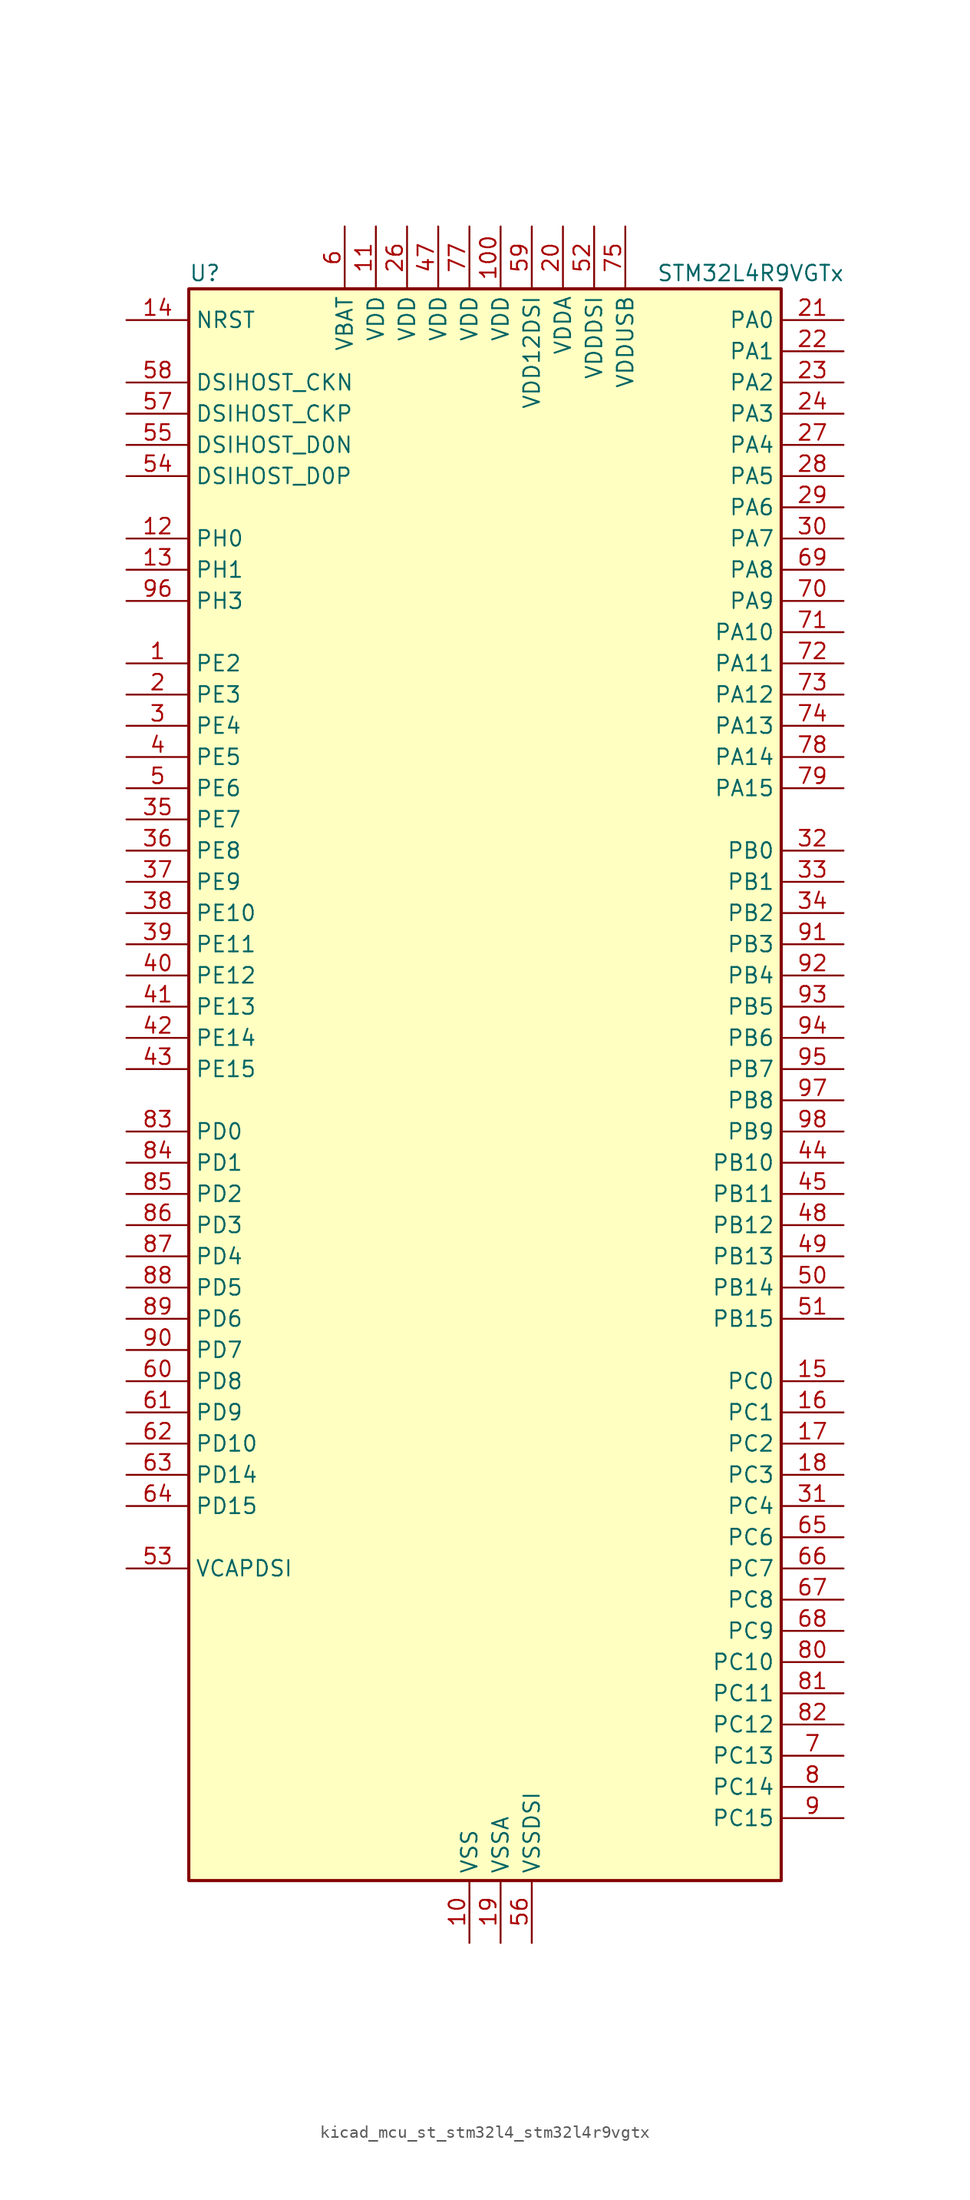
<source format=kicad_sym>
(kicad_symbol_lib
  (version 20220914)
  (generator kicad_symbol_editor)
  (symbol "kicad_mcu_st_stm32l4_stm32l4r9vgtx"
    (property "Reference" "U"
      (at -22.86 67.31 0)
      (effects (font (size 1.27 1.27)) (justify left)))
    (property "Value" "STM32L4R9VGTx"
      (at 15.24 67.31 0)
      (effects (font (size 1.27 1.27)) (justify left)))
    (property "ki_locked" ""
      (at 0 0 0)
      (effects (font (size 1.27 1.27))))
    (symbol "kicad_mcu_st_stm32l4_stm32l4r9vgtx_0_1"
      (rectangle (start -22.86 -63.5) (end 25.4 66.04) (stroke (width 0.254) (type default)) (fill (type background))))
    (symbol "kicad_mcu_st_stm32l4_stm32l4r9vgtx_1_1"
      (pin bidirectional line (at -27.94 35.56 0) (length 5.08) (name "PE2" (effects (font (size 1.27 1.27)))) (number "1" (effects (font (size 1.27 1.27)))) (alternate "FMC_A23" bidirectional line) (alternate "LTDC_R0" bidirectional line) (alternate "SAI1_CK1" bidirectional line) (alternate "SAI1_MCLK_A" bidirectional line) (alternate "SYS_TRACECLK" bidirectional line) (alternate "TIM3_ETR" bidirectional line) (alternate "TSC_G7_IO1" bidirectional line))
      (pin power_in line (at 0 -68.58 90) (length 5.08) (name "VSS" (effects (font (size 1.27 1.27)))) (number "10" (effects (font (size 1.27 1.27)))))
      (pin power_in line (at 2.54 71.12 270) (length 5.08) (name "VDD" (effects (font (size 1.27 1.27)))) (number "100" (effects (font (size 1.27 1.27)))))
      (pin power_in line (at -7.62 71.12 270) (length 5.08) (name "VDD" (effects (font (size 1.27 1.27)))) (number "11" (effects (font (size 1.27 1.27)))))
      (pin bidirectional line (at -27.94 45.72 0) (length 5.08) (name "PH0" (effects (font (size 1.27 1.27)))) (number "12" (effects (font (size 1.27 1.27)))) (alternate "RCC_OSC_IN" bidirectional line))
      (pin bidirectional line (at -27.94 43.18 0) (length 5.08) (name "PH1" (effects (font (size 1.27 1.27)))) (number "13" (effects (font (size 1.27 1.27)))) (alternate "RCC_OSC_OUT" bidirectional line))
      (pin input line (at -27.94 63.5 0) (length 5.08) (name "NRST" (effects (font (size 1.27 1.27)))) (number "14" (effects (font (size 1.27 1.27)))))
      (pin bidirectional line (at 30.48 -22.86 180) (length 5.08) (name "PC0" (effects (font (size 1.27 1.27)))) (number "15" (effects (font (size 1.27 1.27)))) (alternate "ADC1_IN1" bidirectional line) (alternate "DFSDM1_DATIN4" bidirectional line) (alternate "I2C3_SCL" bidirectional line) (alternate "LPTIM1_IN1" bidirectional line) (alternate "LPTIM2_IN1" bidirectional line) (alternate "LPUART1_RX" bidirectional line) (alternate "SAI2_FS_A" bidirectional line))
      (pin bidirectional line (at 30.48 -25.4 180) (length 5.08) (name "PC1" (effects (font (size 1.27 1.27)))) (number "16" (effects (font (size 1.27 1.27)))) (alternate "ADC1_IN2" bidirectional line) (alternate "DFSDM1_CKIN4" bidirectional line) (alternate "I2C3_SDA" bidirectional line) (alternate "LPTIM1_OUT" bidirectional line) (alternate "LPUART1_TX" bidirectional line) (alternate "OCTOSPIM_P1_IO4" bidirectional line) (alternate "SAI1_SD_A" bidirectional line) (alternate "SPI2_MOSI" bidirectional line) (alternate "SYS_TRACED0" bidirectional line))
      (pin bidirectional line (at 30.48 -27.94 180) (length 5.08) (name "PC2" (effects (font (size 1.27 1.27)))) (number "17" (effects (font (size 1.27 1.27)))) (alternate "ADC1_IN3" bidirectional line) (alternate "DFSDM1_CKOUT" bidirectional line) (alternate "LPTIM1_IN2" bidirectional line) (alternate "OCTOSPIM_P1_IO5" bidirectional line) (alternate "SPI2_MISO" bidirectional line))
      (pin bidirectional line (at 30.48 -30.48 180) (length 5.08) (name "PC3" (effects (font (size 1.27 1.27)))) (number "18" (effects (font (size 1.27 1.27)))) (alternate "ADC1_IN4" bidirectional line) (alternate "LPTIM1_ETR" bidirectional line) (alternate "LPTIM2_ETR" bidirectional line) (alternate "OCTOSPIM_P1_IO6" bidirectional line) (alternate "SAI1_D1" bidirectional line) (alternate "SAI1_SD_A" bidirectional line) (alternate "SPI2_MOSI" bidirectional line))
      (pin power_in line (at 2.54 -68.58 90) (length 5.08) (name "VSSA" (effects (font (size 1.27 1.27)))) (number "19" (effects (font (size 1.27 1.27)))))
      (pin bidirectional line (at -27.94 33.02 0) (length 5.08) (name "PE3" (effects (font (size 1.27 1.27)))) (number "2" (effects (font (size 1.27 1.27)))) (alternate "FMC_A19" bidirectional line) (alternate "LTDC_R1" bidirectional line) (alternate "OCTOSPIM_P1_DQS" bidirectional line) (alternate "SAI1_SD_B" bidirectional line) (alternate "SYS_TRACED0" bidirectional line) (alternate "TIM3_CH1" bidirectional line) (alternate "TSC_G7_IO2" bidirectional line))
      (pin power_in line (at 7.62 71.12 270) (length 5.08) (name "VDDA" (effects (font (size 1.27 1.27)))) (number "20" (effects (font (size 1.27 1.27)))))
      (pin bidirectional line (at 30.48 63.5 180) (length 5.08) (name "PA0" (effects (font (size 1.27 1.27)))) (number "21" (effects (font (size 1.27 1.27)))) (alternate "ADC1_IN5" bidirectional line) (alternate "OPAMP1_VINP" bidirectional line) (alternate "RTC_TAMP2" bidirectional line) (alternate "SAI1_EXTCLK" bidirectional line) (alternate "SYS_WKUP1" bidirectional line) (alternate "TIM2_CH1" bidirectional line) (alternate "TIM2_ETR" bidirectional line) (alternate "TIM5_CH1" bidirectional line) (alternate "TIM8_ETR" bidirectional line) (alternate "UART4_TX" bidirectional line) (alternate "USART2_CTS" bidirectional line) (alternate "USART2_NSS" bidirectional line))
      (pin bidirectional line (at 30.48 60.96 180) (length 5.08) (name "PA1" (effects (font (size 1.27 1.27)))) (number "22" (effects (font (size 1.27 1.27)))) (alternate "ADC1_IN6" bidirectional line) (alternate "I2C1_SMBA" bidirectional line) (alternate "OCTOSPIM_P1_DQS" bidirectional line) (alternate "OPAMP1_VINM" bidirectional line) (alternate "SPI1_SCK" bidirectional line) (alternate "TIM15_CH1N" bidirectional line) (alternate "TIM2_CH2" bidirectional line) (alternate "TIM5_CH2" bidirectional line) (alternate "UART4_RX" bidirectional line) (alternate "USART2_DE" bidirectional line) (alternate "USART2_RTS" bidirectional line))
      (pin bidirectional line (at 30.48 58.42 180) (length 5.08) (name "PA2" (effects (font (size 1.27 1.27)))) (number "23" (effects (font (size 1.27 1.27)))) (alternate "ADC1_IN7" bidirectional line) (alternate "LPUART1_TX" bidirectional line) (alternate "OCTOSPIM_P1_NCS" bidirectional line) (alternate "RCC_LSCO" bidirectional line) (alternate "SAI2_EXTCLK" bidirectional line) (alternate "SYS_WKUP4" bidirectional line) (alternate "TIM15_CH1" bidirectional line) (alternate "TIM2_CH3" bidirectional line) (alternate "TIM5_CH3" bidirectional line) (alternate "USART2_TX" bidirectional line))
      (pin bidirectional line (at 30.48 55.88 180) (length 5.08) (name "PA3" (effects (font (size 1.27 1.27)))) (number "24" (effects (font (size 1.27 1.27)))) (alternate "ADC1_IN8" bidirectional line) (alternate "LPUART1_RX" bidirectional line) (alternate "OCTOSPIM_P1_CLK" bidirectional line) (alternate "OPAMP1_VOUT" bidirectional line) (alternate "SAI1_CK1" bidirectional line) (alternate "SAI1_MCLK_A" bidirectional line) (alternate "TIM15_CH2" bidirectional line) (alternate "TIM2_CH4" bidirectional line) (alternate "TIM5_CH4" bidirectional line) (alternate "USART2_RX" bidirectional line))
      (pin passive line (at 0 -68.58 90) (length 5.08) hide (name "VSS" (effects (font (size 1.27 1.27)))) (number "25" (effects (font (size 1.27 1.27)))))
      (pin power_in line (at -5.08 71.12 270) (length 5.08) (name "VDD" (effects (font (size 1.27 1.27)))) (number "26" (effects (font (size 1.27 1.27)))))
      (pin bidirectional line (at 30.48 53.34 180) (length 5.08) (name "PA4" (effects (font (size 1.27 1.27)))) (number "27" (effects (font (size 1.27 1.27)))) (alternate "ADC1_IN9" bidirectional line) (alternate "DAC1_OUT1" bidirectional line) (alternate "DCMI_HSYNC" bidirectional line) (alternate "LPTIM2_OUT" bidirectional line) (alternate "OCTOSPIM_P1_NCS" bidirectional line) (alternate "SAI1_FS_B" bidirectional line) (alternate "SPI1_NSS" bidirectional line) (alternate "SPI3_NSS" bidirectional line) (alternate "USART2_CK" bidirectional line))
      (pin bidirectional line (at 30.48 50.8 180) (length 5.08) (name "PA5" (effects (font (size 1.27 1.27)))) (number "28" (effects (font (size 1.27 1.27)))) (alternate "ADC1_IN10" bidirectional line) (alternate "DAC1_OUT2" bidirectional line) (alternate "LPTIM2_ETR" bidirectional line) (alternate "SPI1_SCK" bidirectional line) (alternate "TIM2_CH1" bidirectional line) (alternate "TIM2_ETR" bidirectional line) (alternate "TIM8_CH1N" bidirectional line))
      (pin bidirectional line (at 30.48 48.26 180) (length 5.08) (name "PA6" (effects (font (size 1.27 1.27)))) (number "29" (effects (font (size 1.27 1.27)))) (alternate "ADC1_IN11" bidirectional line) (alternate "DCMI_PIXCLK" bidirectional line) (alternate "LPUART1_CTS" bidirectional line) (alternate "OCTOSPIM_P1_IO3" bidirectional line) (alternate "OPAMP2_VINP" bidirectional line) (alternate "SPI1_MISO" bidirectional line) (alternate "TIM16_CH1" bidirectional line) (alternate "TIM1_BKIN" bidirectional line) (alternate "TIM3_CH1" bidirectional line) (alternate "TIM8_BKIN" bidirectional line) (alternate "USART3_CTS" bidirectional line) (alternate "USART3_NSS" bidirectional line))
      (pin bidirectional line (at -27.94 30.48 0) (length 5.08) (name "PE4" (effects (font (size 1.27 1.27)))) (number "3" (effects (font (size 1.27 1.27)))) (alternate "DCMI_D4" bidirectional line) (alternate "DFSDM1_DATIN3" bidirectional line) (alternate "FMC_A20" bidirectional line) (alternate "LTDC_B0" bidirectional line) (alternate "SAI1_D2" bidirectional line) (alternate "SAI1_FS_A" bidirectional line) (alternate "SYS_TRACED1" bidirectional line) (alternate "TIM3_CH2" bidirectional line) (alternate "TSC_G7_IO3" bidirectional line))
      (pin bidirectional line (at 30.48 45.72 180) (length 5.08) (name "PA7" (effects (font (size 1.27 1.27)))) (number "30" (effects (font (size 1.27 1.27)))) (alternate "ADC1_IN12" bidirectional line) (alternate "I2C3_SCL" bidirectional line) (alternate "OCTOSPIM_P1_IO2" bidirectional line) (alternate "OPAMP2_VINM" bidirectional line) (alternate "SPI1_MOSI" bidirectional line) (alternate "TIM17_CH1" bidirectional line) (alternate "TIM1_CH1N" bidirectional line) (alternate "TIM3_CH2" bidirectional line) (alternate "TIM8_CH1N" bidirectional line))
      (pin bidirectional line (at 30.48 -33.02 180) (length 5.08) (name "PC4" (effects (font (size 1.27 1.27)))) (number "31" (effects (font (size 1.27 1.27)))) (alternate "ADC1_IN13" bidirectional line) (alternate "COMP1_INM" bidirectional line) (alternate "OCTOSPIM_P1_IO7" bidirectional line) (alternate "USART3_TX" bidirectional line))
      (pin bidirectional line (at 30.48 20.32 180) (length 5.08) (name "PB0" (effects (font (size 1.27 1.27)))) (number "32" (effects (font (size 1.27 1.27)))) (alternate "ADC1_IN15" bidirectional line) (alternate "COMP1_OUT" bidirectional line) (alternate "OCTOSPIM_P1_IO1" bidirectional line) (alternate "OPAMP2_VOUT" bidirectional line) (alternate "SAI1_EXTCLK" bidirectional line) (alternate "SPI1_NSS" bidirectional line) (alternate "TIM1_CH2N" bidirectional line) (alternate "TIM3_CH3" bidirectional line) (alternate "TIM8_CH2N" bidirectional line) (alternate "USART3_CK" bidirectional line))
      (pin bidirectional line (at 30.48 17.78 180) (length 5.08) (name "PB1" (effects (font (size 1.27 1.27)))) (number "33" (effects (font (size 1.27 1.27)))) (alternate "ADC1_IN16" bidirectional line) (alternate "COMP1_INM" bidirectional line) (alternate "DFSDM1_DATIN0" bidirectional line) (alternate "LPTIM2_IN1" bidirectional line) (alternate "LPUART1_DE" bidirectional line) (alternate "LPUART1_RTS" bidirectional line) (alternate "OCTOSPIM_P1_IO0" bidirectional line) (alternate "TIM1_CH3N" bidirectional line) (alternate "TIM3_CH4" bidirectional line) (alternate "TIM8_CH3N" bidirectional line) (alternate "USART3_DE" bidirectional line) (alternate "USART3_RTS" bidirectional line))
      (pin bidirectional line (at 30.48 15.24 180) (length 5.08) (name "PB2" (effects (font (size 1.27 1.27)))) (number "34" (effects (font (size 1.27 1.27)))) (alternate "COMP1_INP" bidirectional line) (alternate "DFSDM1_CKIN0" bidirectional line) (alternate "I2C3_SMBA" bidirectional line) (alternate "LPTIM1_OUT" bidirectional line) (alternate "LTDC_B1" bidirectional line) (alternate "OCTOSPIM_P1_DQS" bidirectional line) (alternate "RTC_OUT_ALARM" bidirectional line) (alternate "RTC_OUT_CALIB" bidirectional line))
      (pin bidirectional line (at -27.94 22.86 0) (length 5.08) (name "PE7" (effects (font (size 1.27 1.27)))) (number "35" (effects (font (size 1.27 1.27)))) (alternate "DFSDM1_DATIN2" bidirectional line) (alternate "FMC_D4" bidirectional line) (alternate "FMC_DA4" bidirectional line) (alternate "LTDC_B6" bidirectional line) (alternate "SAI1_SD_B" bidirectional line) (alternate "TIM1_ETR" bidirectional line))
      (pin bidirectional line (at -27.94 20.32 0) (length 5.08) (name "PE8" (effects (font (size 1.27 1.27)))) (number "36" (effects (font (size 1.27 1.27)))) (alternate "DFSDM1_CKIN2" bidirectional line) (alternate "FMC_D5" bidirectional line) (alternate "FMC_DA5" bidirectional line) (alternate "LTDC_B7" bidirectional line) (alternate "SAI1_SCK_B" bidirectional line) (alternate "TIM1_CH1N" bidirectional line))
      (pin bidirectional line (at -27.94 17.78 0) (length 5.08) (name "PE9" (effects (font (size 1.27 1.27)))) (number "37" (effects (font (size 1.27 1.27)))) (alternate "DAC1_EXTI9" bidirectional line) (alternate "DFSDM1_CKOUT" bidirectional line) (alternate "FMC_D6" bidirectional line) (alternate "FMC_DA6" bidirectional line) (alternate "LTDC_G2" bidirectional line) (alternate "SAI1_FS_B" bidirectional line) (alternate "TIM1_CH1" bidirectional line))
      (pin bidirectional line (at -27.94 15.24 0) (length 5.08) (name "PE10" (effects (font (size 1.27 1.27)))) (number "38" (effects (font (size 1.27 1.27)))) (alternate "DFSDM1_DATIN4" bidirectional line) (alternate "FMC_D7" bidirectional line) (alternate "FMC_DA7" bidirectional line) (alternate "LTDC_G3" bidirectional line) (alternate "OCTOSPIM_P1_CLK" bidirectional line) (alternate "SAI1_MCLK_B" bidirectional line) (alternate "TIM1_CH2N" bidirectional line) (alternate "TSC_G5_IO1" bidirectional line))
      (pin bidirectional line (at -27.94 12.7 0) (length 5.08) (name "PE11" (effects (font (size 1.27 1.27)))) (number "39" (effects (font (size 1.27 1.27)))) (alternate "ADC1_EXTI11" bidirectional line) (alternate "DFSDM1_CKIN4" bidirectional line) (alternate "FMC_D8" bidirectional line) (alternate "FMC_DA8" bidirectional line) (alternate "LTDC_G4" bidirectional line) (alternate "OCTOSPIM_P1_NCS" bidirectional line) (alternate "TIM1_CH2" bidirectional line) (alternate "TSC_G5_IO2" bidirectional line))
      (pin bidirectional line (at -27.94 27.94 0) (length 5.08) (name "PE5" (effects (font (size 1.27 1.27)))) (number "4" (effects (font (size 1.27 1.27)))) (alternate "DCMI_D6" bidirectional line) (alternate "DFSDM1_CKIN3" bidirectional line) (alternate "FMC_A21" bidirectional line) (alternate "LTDC_G0" bidirectional line) (alternate "SAI1_CK2" bidirectional line) (alternate "SAI1_SCK_A" bidirectional line) (alternate "SYS_TRACED2" bidirectional line) (alternate "TIM3_CH3" bidirectional line) (alternate "TSC_G7_IO4" bidirectional line))
      (pin bidirectional line (at -27.94 10.16 0) (length 5.08) (name "PE12" (effects (font (size 1.27 1.27)))) (number "40" (effects (font (size 1.27 1.27)))) (alternate "DFSDM1_DATIN5" bidirectional line) (alternate "FMC_D9" bidirectional line) (alternate "FMC_DA9" bidirectional line) (alternate "LTDC_G5" bidirectional line) (alternate "OCTOSPIM_P1_IO0" bidirectional line) (alternate "SPI1_NSS" bidirectional line) (alternate "TIM1_CH3N" bidirectional line) (alternate "TSC_G5_IO3" bidirectional line))
      (pin bidirectional line (at -27.94 7.62 0) (length 5.08) (name "PE13" (effects (font (size 1.27 1.27)))) (number "41" (effects (font (size 1.27 1.27)))) (alternate "DFSDM1_CKIN5" bidirectional line) (alternate "FMC_D10" bidirectional line) (alternate "FMC_DA10" bidirectional line) (alternate "LTDC_G6" bidirectional line) (alternate "OCTOSPIM_P1_IO1" bidirectional line) (alternate "SPI1_SCK" bidirectional line) (alternate "TIM1_CH3" bidirectional line) (alternate "TSC_G5_IO4" bidirectional line))
      (pin bidirectional line (at -27.94 5.08 0) (length 5.08) (name "PE14" (effects (font (size 1.27 1.27)))) (number "42" (effects (font (size 1.27 1.27)))) (alternate "FMC_D11" bidirectional line) (alternate "FMC_DA11" bidirectional line) (alternate "LTDC_G7" bidirectional line) (alternate "OCTOSPIM_P1_IO2" bidirectional line) (alternate "SPI1_MISO" bidirectional line) (alternate "TIM1_BKIN2" bidirectional line) (alternate "TIM1_CH4" bidirectional line))
      (pin bidirectional line (at -27.94 2.54 0) (length 5.08) (name "PE15" (effects (font (size 1.27 1.27)))) (number "43" (effects (font (size 1.27 1.27)))) (alternate "ADC1_EXTI15" bidirectional line) (alternate "FMC_D12" bidirectional line) (alternate "FMC_DA12" bidirectional line) (alternate "LTDC_R2" bidirectional line) (alternate "OCTOSPIM_P1_IO3" bidirectional line) (alternate "SPI1_MOSI" bidirectional line) (alternate "TIM1_BKIN" bidirectional line))
      (pin bidirectional line (at 30.48 -5.08 180) (length 5.08) (name "PB10" (effects (font (size 1.27 1.27)))) (number "44" (effects (font (size 1.27 1.27)))) (alternate "COMP1_OUT" bidirectional line) (alternate "DFSDM1_DATIN7" bidirectional line) (alternate "I2C2_SCL" bidirectional line) (alternate "I2C4_SCL" bidirectional line) (alternate "LPUART1_RX" bidirectional line) (alternate "OCTOSPIM_P1_CLK" bidirectional line) (alternate "SAI1_SCK_A" bidirectional line) (alternate "SPI2_SCK" bidirectional line) (alternate "TIM2_CH3" bidirectional line) (alternate "TSC_SYNC" bidirectional line) (alternate "USART3_TX" bidirectional line))
      (pin bidirectional line (at 30.48 -7.62 180) (length 5.08) (name "PB11" (effects (font (size 1.27 1.27)))) (number "45" (effects (font (size 1.27 1.27)))) (alternate "ADC1_EXTI11" bidirectional line) (alternate "COMP2_OUT" bidirectional line) (alternate "DFSDM1_CKIN7" bidirectional line) (alternate "DSIHOST_TE" bidirectional line) (alternate "I2C2_SDA" bidirectional line) (alternate "I2C4_SDA" bidirectional line) (alternate "LPUART1_TX" bidirectional line) (alternate "OCTOSPIM_P1_NCS" bidirectional line) (alternate "TIM2_CH4" bidirectional line) (alternate "USART3_RX" bidirectional line))
      (pin passive line (at 0 -68.58 90) (length 5.08) hide (name "VSS" (effects (font (size 1.27 1.27)))) (number "46" (effects (font (size 1.27 1.27)))))
      (pin power_in line (at -2.54 71.12 270) (length 5.08) (name "VDD" (effects (font (size 1.27 1.27)))) (number "47" (effects (font (size 1.27 1.27)))))
      (pin bidirectional line (at 30.48 -10.16 180) (length 5.08) (name "PB12" (effects (font (size 1.27 1.27)))) (number "48" (effects (font (size 1.27 1.27)))) (alternate "DFSDM1_DATIN1" bidirectional line) (alternate "I2C2_SMBA" bidirectional line) (alternate "LPUART1_DE" bidirectional line) (alternate "LPUART1_RTS" bidirectional line) (alternate "SAI2_FS_A" bidirectional line) (alternate "SPI2_NSS" bidirectional line) (alternate "TIM15_BKIN" bidirectional line) (alternate "TIM1_BKIN" bidirectional line) (alternate "TSC_G1_IO1" bidirectional line) (alternate "USART3_CK" bidirectional line))
      (pin bidirectional line (at 30.48 -12.7 180) (length 5.08) (name "PB13" (effects (font (size 1.27 1.27)))) (number "49" (effects (font (size 1.27 1.27)))) (alternate "DFSDM1_CKIN1" bidirectional line) (alternate "I2C2_SCL" bidirectional line) (alternate "LPUART1_CTS" bidirectional line) (alternate "SAI2_SCK_A" bidirectional line) (alternate "SPI2_SCK" bidirectional line) (alternate "TIM15_CH1N" bidirectional line) (alternate "TIM1_CH1N" bidirectional line) (alternate "TSC_G1_IO2" bidirectional line) (alternate "USART3_CTS" bidirectional line) (alternate "USART3_NSS" bidirectional line))
      (pin bidirectional line (at -27.94 25.4 0) (length 5.08) (name "PE6" (effects (font (size 1.27 1.27)))) (number "5" (effects (font (size 1.27 1.27)))) (alternate "DCMI_D7" bidirectional line) (alternate "FMC_A22" bidirectional line) (alternate "LTDC_G1" bidirectional line) (alternate "RTC_TAMP3" bidirectional line) (alternate "SAI1_D1" bidirectional line) (alternate "SAI1_SD_A" bidirectional line) (alternate "SYS_TRACED3" bidirectional line) (alternate "SYS_WKUP3" bidirectional line) (alternate "TIM3_CH4" bidirectional line))
      (pin bidirectional line (at 30.48 -15.24 180) (length 5.08) (name "PB14" (effects (font (size 1.27 1.27)))) (number "50" (effects (font (size 1.27 1.27)))) (alternate "DFSDM1_DATIN2" bidirectional line) (alternate "I2C2_SDA" bidirectional line) (alternate "SAI2_MCLK_A" bidirectional line) (alternate "SPI2_MISO" bidirectional line) (alternate "TIM15_CH1" bidirectional line) (alternate "TIM1_CH2N" bidirectional line) (alternate "TIM8_CH2N" bidirectional line) (alternate "TSC_G1_IO3" bidirectional line) (alternate "USART3_DE" bidirectional line) (alternate "USART3_RTS" bidirectional line))
      (pin bidirectional line (at 30.48 -17.78 180) (length 5.08) (name "PB15" (effects (font (size 1.27 1.27)))) (number "51" (effects (font (size 1.27 1.27)))) (alternate "ADC1_EXTI15" bidirectional line) (alternate "DFSDM1_CKIN2" bidirectional line) (alternate "RTC_REFIN" bidirectional line) (alternate "SAI2_SD_A" bidirectional line) (alternate "SPI2_MOSI" bidirectional line) (alternate "TIM15_CH2" bidirectional line) (alternate "TIM1_CH3N" bidirectional line) (alternate "TIM8_CH3N" bidirectional line) (alternate "TSC_G1_IO4" bidirectional line))
      (pin power_in line (at 10.16 71.12 270) (length 5.08) (name "VDDDSI" (effects (font (size 1.27 1.27)))) (number "52" (effects (font (size 1.27 1.27)))))
      (pin power_out line (at -27.94 -38.1 0) (length 5.08) (name "VCAPDSI" (effects (font (size 1.27 1.27)))) (number "53" (effects (font (size 1.27 1.27)))))
      (pin bidirectional line (at -27.94 50.8 0) (length 5.08) (name "DSIHOST_D0P" (effects (font (size 1.27 1.27)))) (number "54" (effects (font (size 1.27 1.27)))) (alternate "DSIHOST_D0P" bidirectional line))
      (pin bidirectional line (at -27.94 53.34 0) (length 5.08) (name "DSIHOST_D0N" (effects (font (size 1.27 1.27)))) (number "55" (effects (font (size 1.27 1.27)))) (alternate "DSIHOST_D0N" bidirectional line))
      (pin power_in line (at 5.08 -68.58 90) (length 5.08) (name "VSSDSI" (effects (font (size 1.27 1.27)))) (number "56" (effects (font (size 1.27 1.27)))))
      (pin bidirectional line (at -27.94 55.88 0) (length 5.08) (name "DSIHOST_CKP" (effects (font (size 1.27 1.27)))) (number "57" (effects (font (size 1.27 1.27)))) (alternate "DSIHOST_CKP" bidirectional line))
      (pin bidirectional line (at -27.94 58.42 0) (length 5.08) (name "DSIHOST_CKN" (effects (font (size 1.27 1.27)))) (number "58" (effects (font (size 1.27 1.27)))) (alternate "DSIHOST_CKN" bidirectional line))
      (pin power_in line (at 5.08 71.12 270) (length 5.08) (name "VDD12DSI" (effects (font (size 1.27 1.27)))) (number "59" (effects (font (size 1.27 1.27)))))
      (pin power_in line (at -10.16 71.12 270) (length 5.08) (name "VBAT" (effects (font (size 1.27 1.27)))) (number "6" (effects (font (size 1.27 1.27)))))
      (pin bidirectional line (at -27.94 -22.86 0) (length 5.08) (name "PD8" (effects (font (size 1.27 1.27)))) (number "60" (effects (font (size 1.27 1.27)))) (alternate "DCMI_HSYNC" bidirectional line) (alternate "FMC_D13" bidirectional line) (alternate "FMC_DA13" bidirectional line) (alternate "LTDC_R3" bidirectional line) (alternate "USART3_TX" bidirectional line))
      (pin bidirectional line (at -27.94 -25.4 0) (length 5.08) (name "PD9" (effects (font (size 1.27 1.27)))) (number "61" (effects (font (size 1.27 1.27)))) (alternate "DAC1_EXTI9" bidirectional line) (alternate "DCMI_PIXCLK" bidirectional line) (alternate "FMC_D14" bidirectional line) (alternate "FMC_DA14" bidirectional line) (alternate "LTDC_R4" bidirectional line) (alternate "SAI2_MCLK_A" bidirectional line) (alternate "USART3_RX" bidirectional line))
      (pin bidirectional line (at -27.94 -27.94 0) (length 5.08) (name "PD10" (effects (font (size 1.27 1.27)))) (number "62" (effects (font (size 1.27 1.27)))) (alternate "FMC_D15" bidirectional line) (alternate "FMC_DA15" bidirectional line) (alternate "LTDC_R5" bidirectional line) (alternate "SAI2_SCK_A" bidirectional line) (alternate "TSC_G6_IO1" bidirectional line) (alternate "USART3_CK" bidirectional line))
      (pin bidirectional line (at -27.94 -30.48 0) (length 5.08) (name "PD14" (effects (font (size 1.27 1.27)))) (number "63" (effects (font (size 1.27 1.27)))) (alternate "FMC_D0" bidirectional line) (alternate "FMC_DA0" bidirectional line) (alternate "LTDC_B2" bidirectional line) (alternate "TIM4_CH3" bidirectional line))
      (pin bidirectional line (at -27.94 -33.02 0) (length 5.08) (name "PD15" (effects (font (size 1.27 1.27)))) (number "64" (effects (font (size 1.27 1.27)))) (alternate "ADC1_EXTI15" bidirectional line) (alternate "FMC_D1" bidirectional line) (alternate "FMC_DA1" bidirectional line) (alternate "LTDC_B3" bidirectional line) (alternate "TIM4_CH4" bidirectional line))
      (pin bidirectional line (at 30.48 -35.56 180) (length 5.08) (name "PC6" (effects (font (size 1.27 1.27)))) (number "65" (effects (font (size 1.27 1.27)))) (alternate "DCMI_D0" bidirectional line) (alternate "DFSDM1_CKIN3" bidirectional line) (alternate "LTDC_R0" bidirectional line) (alternate "SAI2_MCLK_A" bidirectional line) (alternate "SDMMC1_D0DIR" bidirectional line) (alternate "SDMMC1_D6" bidirectional line) (alternate "TIM3_CH1" bidirectional line) (alternate "TIM8_CH1" bidirectional line) (alternate "TSC_G4_IO1" bidirectional line))
      (pin bidirectional line (at 30.48 -38.1 180) (length 5.08) (name "PC7" (effects (font (size 1.27 1.27)))) (number "66" (effects (font (size 1.27 1.27)))) (alternate "DCMI_D1" bidirectional line) (alternate "DFSDM1_DATIN3" bidirectional line) (alternate "LTDC_R1" bidirectional line) (alternate "SAI2_MCLK_B" bidirectional line) (alternate "SDMMC1_D123DIR" bidirectional line) (alternate "SDMMC1_D7" bidirectional line) (alternate "TIM3_CH2" bidirectional line) (alternate "TIM8_CH2" bidirectional line) (alternate "TSC_G4_IO2" bidirectional line))
      (pin bidirectional line (at 30.48 -40.64 180) (length 5.08) (name "PC8" (effects (font (size 1.27 1.27)))) (number "67" (effects (font (size 1.27 1.27)))) (alternate "DCMI_D2" bidirectional line) (alternate "SDMMC1_D0" bidirectional line) (alternate "TIM3_CH3" bidirectional line) (alternate "TIM8_CH3" bidirectional line) (alternate "TSC_G4_IO3" bidirectional line))
      (pin bidirectional line (at 30.48 -43.18 180) (length 5.08) (name "PC9" (effects (font (size 1.27 1.27)))) (number "68" (effects (font (size 1.27 1.27)))) (alternate "DAC1_EXTI9" bidirectional line) (alternate "DCMI_D3" bidirectional line) (alternate "I2C3_SDA" bidirectional line) (alternate "SAI2_EXTCLK" bidirectional line) (alternate "SDMMC1_D1" bidirectional line) (alternate "SYS_TRACED0" bidirectional line) (alternate "TIM3_CH4" bidirectional line) (alternate "TIM8_BKIN2" bidirectional line) (alternate "TIM8_CH4" bidirectional line) (alternate "TSC_G4_IO4" bidirectional line) (alternate "USB_OTG_FS_NOE" bidirectional line))
      (pin bidirectional line (at 30.48 43.18 180) (length 5.08) (name "PA8" (effects (font (size 1.27 1.27)))) (number "69" (effects (font (size 1.27 1.27)))) (alternate "LPTIM2_OUT" bidirectional line) (alternate "RCC_MCO" bidirectional line) (alternate "SAI1_CK2" bidirectional line) (alternate "SAI1_SCK_A" bidirectional line) (alternate "TIM1_CH1" bidirectional line) (alternate "USART1_CK" bidirectional line) (alternate "USB_OTG_FS_SOF" bidirectional line))
      (pin bidirectional line (at 30.48 -53.34 180) (length 5.08) (name "PC13" (effects (font (size 1.27 1.27)))) (number "7" (effects (font (size 1.27 1.27)))) (alternate "RTC_OUT_ALARM" bidirectional line) (alternate "RTC_OUT_CALIB" bidirectional line) (alternate "RTC_TAMP1" bidirectional line) (alternate "RTC_TS" bidirectional line) (alternate "SYS_WKUP2" bidirectional line))
      (pin bidirectional line (at 30.48 40.64 180) (length 5.08) (name "PA9" (effects (font (size 1.27 1.27)))) (number "70" (effects (font (size 1.27 1.27)))) (alternate "DAC1_EXTI9" bidirectional line) (alternate "DCMI_D0" bidirectional line) (alternate "SAI1_FS_A" bidirectional line) (alternate "SPI2_SCK" bidirectional line) (alternate "TIM15_BKIN" bidirectional line) (alternate "TIM1_CH2" bidirectional line) (alternate "USART1_TX" bidirectional line) (alternate "USB_OTG_FS_VBUS" bidirectional line))
      (pin bidirectional line (at 30.48 38.1 180) (length 5.08) (name "PA10" (effects (font (size 1.27 1.27)))) (number "71" (effects (font (size 1.27 1.27)))) (alternate "DCMI_D1" bidirectional line) (alternate "SAI1_D1" bidirectional line) (alternate "SAI1_SD_A" bidirectional line) (alternate "TIM17_BKIN" bidirectional line) (alternate "TIM1_CH3" bidirectional line) (alternate "USART1_RX" bidirectional line) (alternate "USB_OTG_FS_ID" bidirectional line))
      (pin bidirectional line (at 30.48 35.56 180) (length 5.08) (name "PA11" (effects (font (size 1.27 1.27)))) (number "72" (effects (font (size 1.27 1.27)))) (alternate "ADC1_EXTI11" bidirectional line) (alternate "CAN1_RX" bidirectional line) (alternate "SPI1_MISO" bidirectional line) (alternate "TIM1_BKIN2" bidirectional line) (alternate "TIM1_CH4" bidirectional line) (alternate "USART1_CTS" bidirectional line) (alternate "USART1_NSS" bidirectional line) (alternate "USB_OTG_FS_DM" bidirectional line))
      (pin bidirectional line (at 30.48 33.02 180) (length 5.08) (name "PA12" (effects (font (size 1.27 1.27)))) (number "73" (effects (font (size 1.27 1.27)))) (alternate "CAN1_TX" bidirectional line) (alternate "SPI1_MOSI" bidirectional line) (alternate "TIM1_ETR" bidirectional line) (alternate "USART1_DE" bidirectional line) (alternate "USART1_RTS" bidirectional line) (alternate "USB_OTG_FS_DP" bidirectional line))
      (pin bidirectional line (at 30.48 30.48 180) (length 5.08) (name "PA13" (effects (font (size 1.27 1.27)))) (number "74" (effects (font (size 1.27 1.27)))) (alternate "IR_OUT" bidirectional line) (alternate "SAI1_SD_B" bidirectional line) (alternate "SYS_JTMS-SWDIO" bidirectional line) (alternate "USB_OTG_FS_NOE" bidirectional line))
      (pin power_in line (at 12.7 71.12 270) (length 5.08) (name "VDDUSB" (effects (font (size 1.27 1.27)))) (number "75" (effects (font (size 1.27 1.27)))))
      (pin passive line (at 0 -68.58 90) (length 5.08) hide (name "VSS" (effects (font (size 1.27 1.27)))) (number "76" (effects (font (size 1.27 1.27)))))
      (pin power_in line (at 0 71.12 270) (length 5.08) (name "VDD" (effects (font (size 1.27 1.27)))) (number "77" (effects (font (size 1.27 1.27)))))
      (pin bidirectional line (at 30.48 27.94 180) (length 5.08) (name "PA14" (effects (font (size 1.27 1.27)))) (number "78" (effects (font (size 1.27 1.27)))) (alternate "I2C1_SMBA" bidirectional line) (alternate "I2C4_SMBA" bidirectional line) (alternate "LPTIM1_OUT" bidirectional line) (alternate "SAI1_FS_B" bidirectional line) (alternate "SYS_JTCK-SWCLK" bidirectional line) (alternate "USB_OTG_FS_SOF" bidirectional line))
      (pin bidirectional line (at 30.48 25.4 180) (length 5.08) (name "PA15" (effects (font (size 1.27 1.27)))) (number "79" (effects (font (size 1.27 1.27)))) (alternate "ADC1_EXTI15" bidirectional line) (alternate "SAI2_FS_B" bidirectional line) (alternate "SPI1_NSS" bidirectional line) (alternate "SPI3_NSS" bidirectional line) (alternate "SYS_JTDI" bidirectional line) (alternate "TIM2_CH1" bidirectional line) (alternate "TIM2_ETR" bidirectional line) (alternate "TSC_G3_IO1" bidirectional line) (alternate "UART4_DE" bidirectional line) (alternate "UART4_RTS" bidirectional line) (alternate "USART2_RX" bidirectional line) (alternate "USART3_DE" bidirectional line) (alternate "USART3_RTS" bidirectional line))
      (pin bidirectional line (at 30.48 -55.88 180) (length 5.08) (name "PC14" (effects (font (size 1.27 1.27)))) (number "8" (effects (font (size 1.27 1.27)))) (alternate "RCC_OSC32_IN" bidirectional line))
      (pin bidirectional line (at 30.48 -45.72 180) (length 5.08) (name "PC10" (effects (font (size 1.27 1.27)))) (number "80" (effects (font (size 1.27 1.27)))) (alternate "DCMI_D8" bidirectional line) (alternate "SAI2_SCK_B" bidirectional line) (alternate "SDMMC1_D2" bidirectional line) (alternate "SPI3_SCK" bidirectional line) (alternate "SYS_TRACED1" bidirectional line) (alternate "TSC_G3_IO2" bidirectional line) (alternate "UART4_TX" bidirectional line) (alternate "USART3_TX" bidirectional line))
      (pin bidirectional line (at 30.48 -48.26 180) (length 5.08) (name "PC11" (effects (font (size 1.27 1.27)))) (number "81" (effects (font (size 1.27 1.27)))) (alternate "ADC1_EXTI11" bidirectional line) (alternate "DCMI_D2" bidirectional line) (alternate "DCMI_D4" bidirectional line) (alternate "OCTOSPIM_P1_NCS" bidirectional line) (alternate "SAI2_MCLK_B" bidirectional line) (alternate "SDMMC1_D3" bidirectional line) (alternate "SPI3_MISO" bidirectional line) (alternate "TSC_G3_IO3" bidirectional line) (alternate "UART4_RX" bidirectional line) (alternate "USART3_RX" bidirectional line))
      (pin bidirectional line (at 30.48 -50.8 180) (length 5.08) (name "PC12" (effects (font (size 1.27 1.27)))) (number "82" (effects (font (size 1.27 1.27)))) (alternate "DCMI_D9" bidirectional line) (alternate "SAI2_SD_B" bidirectional line) (alternate "SDMMC1_CK" bidirectional line) (alternate "SPI3_MOSI" bidirectional line) (alternate "SYS_TRACED3" bidirectional line) (alternate "TSC_G3_IO4" bidirectional line) (alternate "UART5_TX" bidirectional line) (alternate "USART3_CK" bidirectional line))
      (pin bidirectional line (at -27.94 -2.54 0) (length 5.08) (name "PD0" (effects (font (size 1.27 1.27)))) (number "83" (effects (font (size 1.27 1.27)))) (alternate "CAN1_RX" bidirectional line) (alternate "DFSDM1_DATIN7" bidirectional line) (alternate "FMC_D2" bidirectional line) (alternate "FMC_DA2" bidirectional line) (alternate "LTDC_B4" bidirectional line) (alternate "SPI2_NSS" bidirectional line))
      (pin bidirectional line (at -27.94 -5.08 0) (length 5.08) (name "PD1" (effects (font (size 1.27 1.27)))) (number "84" (effects (font (size 1.27 1.27)))) (alternate "CAN1_TX" bidirectional line) (alternate "DFSDM1_CKIN7" bidirectional line) (alternate "FMC_D3" bidirectional line) (alternate "FMC_DA3" bidirectional line) (alternate "LTDC_B5" bidirectional line) (alternate "SPI2_SCK" bidirectional line))
      (pin bidirectional line (at -27.94 -7.62 0) (length 5.08) (name "PD2" (effects (font (size 1.27 1.27)))) (number "85" (effects (font (size 1.27 1.27)))) (alternate "DCMI_D11" bidirectional line) (alternate "SDMMC1_CMD" bidirectional line) (alternate "SYS_TRACED2" bidirectional line) (alternate "TIM3_ETR" bidirectional line) (alternate "TSC_SYNC" bidirectional line) (alternate "UART5_RX" bidirectional line) (alternate "USART3_DE" bidirectional line) (alternate "USART3_RTS" bidirectional line))
      (pin bidirectional line (at -27.94 -10.16 0) (length 5.08) (name "PD3" (effects (font (size 1.27 1.27)))) (number "86" (effects (font (size 1.27 1.27)))) (alternate "DCMI_D5" bidirectional line) (alternate "DFSDM1_DATIN0" bidirectional line) (alternate "FMC_CLK" bidirectional line) (alternate "LTDC_CLK" bidirectional line) (alternate "OCTOSPIM_P2_NCS" bidirectional line) (alternate "SPI2_MISO" bidirectional line) (alternate "SPI2_SCK" bidirectional line) (alternate "USART2_CTS" bidirectional line) (alternate "USART2_NSS" bidirectional line))
      (pin bidirectional line (at -27.94 -12.7 0) (length 5.08) (name "PD4" (effects (font (size 1.27 1.27)))) (number "87" (effects (font (size 1.27 1.27)))) (alternate "DFSDM1_CKIN0" bidirectional line) (alternate "FMC_NOE" bidirectional line) (alternate "OCTOSPIM_P1_IO4" bidirectional line) (alternate "SPI2_MOSI" bidirectional line) (alternate "USART2_DE" bidirectional line) (alternate "USART2_RTS" bidirectional line))
      (pin bidirectional line (at -27.94 -15.24 0) (length 5.08) (name "PD5" (effects (font (size 1.27 1.27)))) (number "88" (effects (font (size 1.27 1.27)))) (alternate "FMC_NWE" bidirectional line) (alternate "OCTOSPIM_P1_IO5" bidirectional line) (alternate "USART2_TX" bidirectional line))
      (pin bidirectional line (at -27.94 -17.78 0) (length 5.08) (name "PD6" (effects (font (size 1.27 1.27)))) (number "89" (effects (font (size 1.27 1.27)))) (alternate "DCMI_D10" bidirectional line) (alternate "DFSDM1_DATIN1" bidirectional line) (alternate "FMC_NWAIT" bidirectional line) (alternate "LTDC_DE" bidirectional line) (alternate "OCTOSPIM_P1_IO6" bidirectional line) (alternate "SAI1_D1" bidirectional line) (alternate "SAI1_SD_A" bidirectional line) (alternate "SPI3_MOSI" bidirectional line) (alternate "USART2_RX" bidirectional line))
      (pin bidirectional line (at 30.48 -58.42 180) (length 5.08) (name "PC15" (effects (font (size 1.27 1.27)))) (number "9" (effects (font (size 1.27 1.27)))) (alternate "ADC1_EXTI15" bidirectional line) (alternate "RCC_OSC32_OUT" bidirectional line))
      (pin bidirectional line (at -27.94 -20.32 0) (length 5.08) (name "PD7" (effects (font (size 1.27 1.27)))) (number "90" (effects (font (size 1.27 1.27)))) (alternate "DFSDM1_CKIN1" bidirectional line) (alternate "FMC_NE1" bidirectional line) (alternate "OCTOSPIM_P1_IO7" bidirectional line) (alternate "USART2_CK" bidirectional line))
      (pin bidirectional line (at 30.48 12.7 180) (length 5.08) (name "PB3" (effects (font (size 1.27 1.27)))) (number "91" (effects (font (size 1.27 1.27)))) (alternate "COMP2_INM" bidirectional line) (alternate "CRS_SYNC" bidirectional line) (alternate "SAI1_SCK_B" bidirectional line) (alternate "SPI1_SCK" bidirectional line) (alternate "SPI3_SCK" bidirectional line) (alternate "SYS_JTDO-SWO" bidirectional line) (alternate "TIM2_CH2" bidirectional line) (alternate "USART1_DE" bidirectional line) (alternate "USART1_RTS" bidirectional line))
      (pin bidirectional line (at 30.48 10.16 180) (length 5.08) (name "PB4" (effects (font (size 1.27 1.27)))) (number "92" (effects (font (size 1.27 1.27)))) (alternate "COMP2_INP" bidirectional line) (alternate "DCMI_D12" bidirectional line) (alternate "I2C3_SDA" bidirectional line) (alternate "SAI1_MCLK_B" bidirectional line) (alternate "SPI1_MISO" bidirectional line) (alternate "SPI3_MISO" bidirectional line) (alternate "SYS_JTRST" bidirectional line) (alternate "TIM17_BKIN" bidirectional line) (alternate "TIM3_CH1" bidirectional line) (alternate "TSC_G2_IO1" bidirectional line) (alternate "UART5_DE" bidirectional line) (alternate "UART5_RTS" bidirectional line) (alternate "USART1_CTS" bidirectional line) (alternate "USART1_NSS" bidirectional line))
      (pin bidirectional line (at 30.48 7.62 180) (length 5.08) (name "PB5" (effects (font (size 1.27 1.27)))) (number "93" (effects (font (size 1.27 1.27)))) (alternate "COMP2_OUT" bidirectional line) (alternate "DCMI_D10" bidirectional line) (alternate "I2C1_SMBA" bidirectional line) (alternate "LPTIM1_IN1" bidirectional line) (alternate "SAI1_SD_B" bidirectional line) (alternate "SPI1_MOSI" bidirectional line) (alternate "SPI3_MOSI" bidirectional line) (alternate "TIM16_BKIN" bidirectional line) (alternate "TIM3_CH2" bidirectional line) (alternate "TSC_G2_IO2" bidirectional line) (alternate "UART5_CTS" bidirectional line) (alternate "USART1_CK" bidirectional line))
      (pin bidirectional line (at 30.48 5.08 180) (length 5.08) (name "PB6" (effects (font (size 1.27 1.27)))) (number "94" (effects (font (size 1.27 1.27)))) (alternate "COMP2_INP" bidirectional line) (alternate "DCMI_D5" bidirectional line) (alternate "DFSDM1_DATIN5" bidirectional line) (alternate "I2C1_SCL" bidirectional line) (alternate "I2C4_SCL" bidirectional line) (alternate "LPTIM1_ETR" bidirectional line) (alternate "SAI1_FS_B" bidirectional line) (alternate "TIM16_CH1N" bidirectional line) (alternate "TIM4_CH1" bidirectional line) (alternate "TIM8_BKIN2" bidirectional line) (alternate "TSC_G2_IO3" bidirectional line) (alternate "USART1_TX" bidirectional line))
      (pin bidirectional line (at 30.48 2.54 180) (length 5.08) (name "PB7" (effects (font (size 1.27 1.27)))) (number "95" (effects (font (size 1.27 1.27)))) (alternate "COMP2_INM" bidirectional line) (alternate "DCMI_VSYNC" bidirectional line) (alternate "DFSDM1_CKIN5" bidirectional line) (alternate "DSIHOST_TE" bidirectional line) (alternate "FMC_NL" bidirectional line) (alternate "I2C1_SDA" bidirectional line) (alternate "I2C4_SDA" bidirectional line) (alternate "LPTIM1_IN2" bidirectional line) (alternate "SYS_PVD_IN" bidirectional line) (alternate "TIM17_CH1N" bidirectional line) (alternate "TIM4_CH2" bidirectional line) (alternate "TIM8_BKIN" bidirectional line) (alternate "TSC_G2_IO4" bidirectional line) (alternate "UART4_CTS" bidirectional line) (alternate "USART1_RX" bidirectional line))
      (pin bidirectional line (at -27.94 40.64 0) (length 5.08) (name "PH3" (effects (font (size 1.27 1.27)))) (number "96" (effects (font (size 1.27 1.27)))))
      (pin bidirectional line (at 30.48 0 180) (length 5.08) (name "PB8" (effects (font (size 1.27 1.27)))) (number "97" (effects (font (size 1.27 1.27)))) (alternate "CAN1_RX" bidirectional line) (alternate "DCMI_D6" bidirectional line) (alternate "DFSDM1_CKOUT" bidirectional line) (alternate "DFSDM1_DATIN6" bidirectional line) (alternate "I2C1_SCL" bidirectional line) (alternate "LTDC_B1" bidirectional line) (alternate "SAI1_CK1" bidirectional line) (alternate "SAI1_MCLK_A" bidirectional line) (alternate "SDMMC1_CKIN" bidirectional line) (alternate "SDMMC1_D4" bidirectional line) (alternate "TIM16_CH1" bidirectional line) (alternate "TIM4_CH3" bidirectional line))
      (pin bidirectional line (at 30.48 -2.54 180) (length 5.08) (name "PB9" (effects (font (size 1.27 1.27)))) (number "98" (effects (font (size 1.27 1.27)))) (alternate "CAN1_TX" bidirectional line) (alternate "DAC1_EXTI9" bidirectional line) (alternate "DCMI_D7" bidirectional line) (alternate "DFSDM1_CKIN6" bidirectional line) (alternate "I2C1_SDA" bidirectional line) (alternate "IR_OUT" bidirectional line) (alternate "SAI1_D2" bidirectional line) (alternate "SAI1_FS_A" bidirectional line) (alternate "SDMMC1_CDIR" bidirectional line) (alternate "SDMMC1_D5" bidirectional line) (alternate "SPI2_NSS" bidirectional line) (alternate "TIM17_CH1" bidirectional line) (alternate "TIM4_CH4" bidirectional line))
      (pin passive line (at 0 -68.58 90) (length 5.08) hide (name "VSS" (effects (font (size 1.27 1.27)))) (number "99" (effects (font (size 1.27 1.27))))))))
</source>
